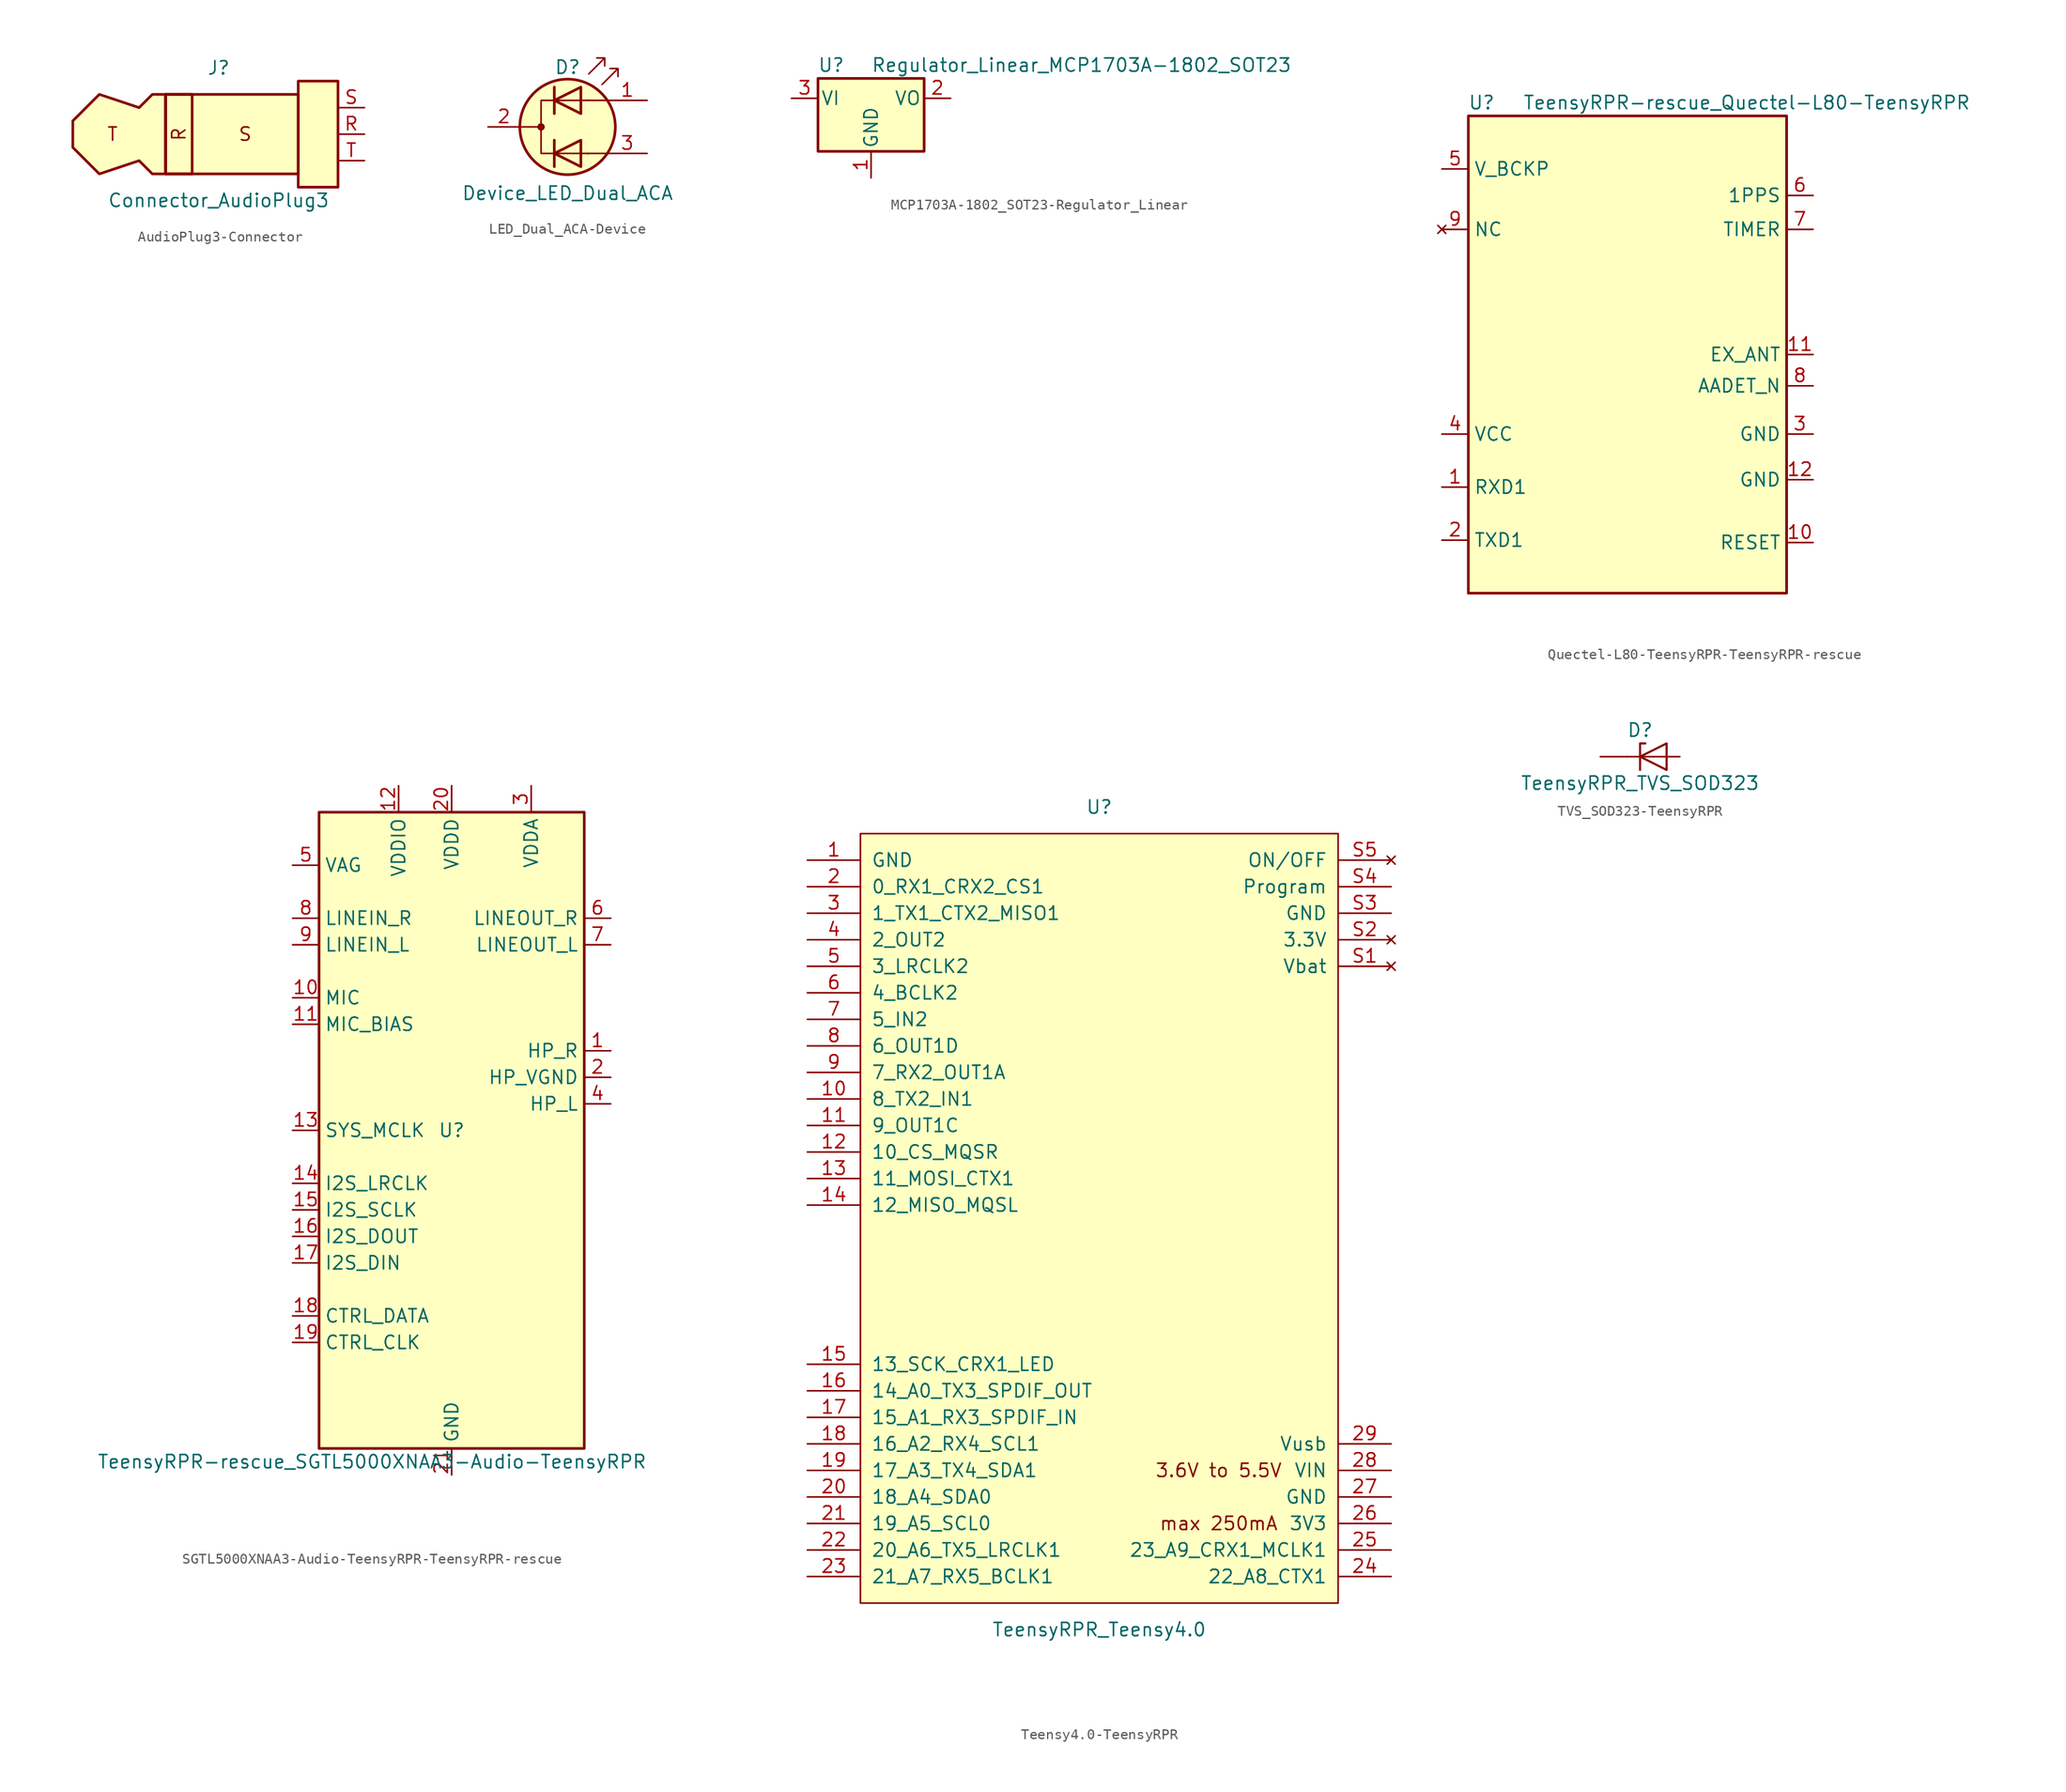
<source format=kicad_sym>
(kicad_symbol_lib
  (version 20220914)
  (generator kicad_symbol_editor)
  (symbol "AudioPlug3-Connector"
    (property "Reference" "J"
      (at 1.27 6.35 0)
      (effects (font (size 1.27 1.27))))
    (property "Value" "Connector_AudioPlug3"
      (at 1.27 -6.35 0)
      (effects (font (size 1.27 1.27))))
    (symbol "AudioPlug3-Connector_0_0"
      (text "R" (at -2.54 0 900) (effects (font (size 1.27 1.27)))))
    (symbol "AudioPlug3-Connector_0_1"
      (rectangle (start -3.81 3.81) (end -1.27 -3.81) (stroke (width 0.254) (type solid)) (fill (type none)))
      (rectangle (start -1.27 -1.27) (end -1.27 -1.27) (stroke (width 0) (type solid)) (fill (type none))))
    (symbol "AudioPlug3-Connector_1_0"
      (text "S" (at 3.81 0 0) (effects (font (size 1.27 1.27))))
      (text "T" (at -8.89 0 0) (effects (font (size 1.27 1.27)))))
    (symbol "AudioPlug3-Connector_1_1"
      (rectangle (start -3.81 3.81) (end 8.89 -3.81) (stroke (width 0.254) (type solid)) (fill (type background)))
      (polyline (pts (xy -3.81 3.81) (xy -5.08 3.81) (xy -6.35 2.54) (xy -10.16 3.81) (xy -12.7 1.27) (xy -12.7 -1.27) (xy -10.16 -3.81) (xy -6.35 -2.54) (xy -5.08 -3.81) (xy -3.81 -3.81) (xy -3.81 3.81)) (stroke (width 0.254) (type solid)) (fill (type background)))
      (rectangle (start 12.7 5.08) (end 8.89 -5.08) (stroke (width 0.254) (type solid)) (fill (type background)))
      (pin passive line (at 15.24 0 180) (length 2.54) (name "~" (effects (font (size 1.27 1.27)))) (number "R" (effects (font (size 1.27 1.27)))))
      (pin passive line (at 15.24 2.54 180) (length 2.54) (name "~" (effects (font (size 1.27 1.27)))) (number "S" (effects (font (size 1.27 1.27)))))
      (pin passive line (at 15.24 -2.54 180) (length 2.54) (name "~" (effects (font (size 1.27 1.27)))) (number "T" (effects (font (size 1.27 1.27)))))))
  (symbol "LED_Dual_ACA-Device"
    (pin_names
      (offset 0) hide)
    (property "Reference" "D"
      (at 0 5.715 0)
      (effects (font (size 1.27 1.27))))
    (property "Value" "Device_LED_Dual_ACA"
      (at 0 -6.35 0)
      (effects (font (size 1.27 1.27))))
    (symbol "LED_Dual_ACA-Device_0_1"
      (circle (center -2.54 0) (radius 0.279) (stroke (width 0) (type solid)) (fill (type outline)))
      (polyline (pts (xy -4.572 0) (xy -2.54 0)) (stroke (width 0) (type solid)) (fill (type none)))
      (polyline (pts (xy -1.27 -1.27) (xy -1.27 -3.81)) (stroke (width 0.254) (type solid)) (fill (type none)))
      (polyline (pts (xy -1.27 1.27) (xy -1.27 3.81)) (stroke (width 0.254) (type solid)) (fill (type none)))
      (polyline (pts (xy 3.81 -2.54) (xy 1.905 -2.54)) (stroke (width 0) (type solid)) (fill (type none)))
      (polyline (pts (xy 3.81 2.54) (xy 1.905 2.54)) (stroke (width 0) (type solid)) (fill (type none)))
      (polyline (pts (xy 1.27 -3.81) (xy 1.27 -1.27) (xy -1.27 -2.54) (xy 1.27 -3.81)) (stroke (width 0.254) (type solid)) (fill (type none)))
      (polyline (pts (xy 1.27 1.27) (xy 1.27 3.81) (xy -1.27 2.54) (xy 1.27 1.27)) (stroke (width 0.254) (type solid)) (fill (type none)))
      (polyline (pts (xy 2.032 2.54) (xy -2.54 2.54) (xy -2.54 -2.54) (xy 2.032 -2.54)) (stroke (width 0) (type solid)) (fill (type none)))
      (polyline (pts (xy 2.032 5.08) (xy 3.556 6.604) (xy 2.794 6.604) (xy 3.556 6.604) (xy 3.556 5.842)) (stroke (width 0) (type solid)) (fill (type none)))
      (polyline (pts (xy 3.302 4.064) (xy 4.826 5.588) (xy 4.064 5.588) (xy 4.826 5.588) (xy 4.826 4.826)) (stroke (width 0) (type solid)) (fill (type none)))
      (circle (center 0 0) (radius 4.572) (stroke (width 0.254) (type solid)) (fill (type background))))
    (symbol "LED_Dual_ACA-Device_1_1"
      (pin input line (at 7.62 2.54 180) (length 3.81) (name "A1" (effects (font (size 1.27 1.27)))) (number "1" (effects (font (size 1.27 1.27)))))
      (pin input line (at -7.62 0 0) (length 3.048) (name "K" (effects (font (size 1.27 1.27)))) (number "2" (effects (font (size 1.27 1.27)))))
      (pin input line (at 7.62 -2.54 180) (length 3.81) (name "A2" (effects (font (size 1.27 1.27)))) (number "3" (effects (font (size 1.27 1.27)))))))
  (symbol "MCP1703A-1802_SOT23-Regulator_Linear"
    (pin_names
      (offset 0.254))
    (property "Reference" "U"
      (at -3.81 3.175 0)
      (effects (font (size 1.27 1.27))))
    (property "Value" "Regulator_Linear_MCP1703A-1802_SOT23"
      (at 0 3.175 0)
      (effects (font (size 1.27 1.27)) (justify left)))
    (symbol "MCP1703A-1802_SOT23-Regulator_Linear_0_1"
      (rectangle (start -5.08 -5.08) (end 5.08 1.905) (stroke (width 0.254) (type solid)) (fill (type background))))
    (symbol "MCP1703A-1802_SOT23-Regulator_Linear_1_1"
      (pin power_in line (at 0 -7.62 90) (length 2.54) (name "GND" (effects (font (size 1.27 1.27)))) (number "1" (effects (font (size 1.27 1.27)))))
      (pin power_out line (at 7.62 0 180) (length 2.54) (name "VO" (effects (font (size 1.27 1.27)))) (number "2" (effects (font (size 1.27 1.27)))))
      (pin power_in line (at -7.62 0 0) (length 2.54) (name "VI" (effects (font (size 1.27 1.27)))) (number "3" (effects (font (size 1.27 1.27)))))))
  (symbol "Quectel-L80-TeensyRPR-TeensyRPR-rescue"
    (property "Reference" "U"
      (at -13.97 24.13 0)
      (effects (font (size 1.27 1.27))))
    (property "Value" "TeensyRPR-rescue_Quectel-L80-TeensyRPR"
      (at 11.43 24.13 0)
      (effects (font (size 1.27 1.27))))
    (symbol "Quectel-L80-TeensyRPR-TeensyRPR-rescue_0_0"
      (pin power_in line (at 17.78 -11.989 180) (length 2.54) (name "GND" (effects (font (size 1.27 1.27)))) (number "12" (effects (font (size 1.27 1.27))))))
    (symbol "Quectel-L80-TeensyRPR-TeensyRPR-rescue_0_1"
      (rectangle (start -15.24 22.86) (end 15.24 -22.86) (stroke (width 0.254) (type solid)) (fill (type background))))
    (symbol "Quectel-L80-TeensyRPR-TeensyRPR-rescue_1_1"
      (pin input line (at -17.78 -12.7 0) (length 2.54) (name "RXD1" (effects (font (size 1.27 1.27)))) (number "1" (effects (font (size 1.27 1.27)))))
      (pin input line (at 17.78 -18.009 180) (length 2.54) (name "RESET" (effects (font (size 1.27 1.27)))) (number "10" (effects (font (size 1.27 1.27)))))
      (pin input line (at 17.78 0 180) (length 2.54) (name "EX_ANT" (effects (font (size 1.27 1.27)))) (number "11" (effects (font (size 1.27 1.27)))))
      (pin output line (at -17.78 -17.78 0) (length 2.54) (name "TXD1" (effects (font (size 1.27 1.27)))) (number "2" (effects (font (size 1.27 1.27)))))
      (pin power_in line (at 17.78 -7.62 180) (length 2.54) (name "GND" (effects (font (size 1.27 1.27)))) (number "3" (effects (font (size 1.27 1.27)))))
      (pin power_in line (at -17.78 -7.62 0) (length 2.54) (name "VCC" (effects (font (size 1.27 1.27)))) (number "4" (effects (font (size 1.27 1.27)))))
      (pin power_in line (at -17.78 17.78 0) (length 2.54) (name "V_BCKP" (effects (font (size 1.27 1.27)))) (number "5" (effects (font (size 1.27 1.27)))))
      (pin output line (at 17.78 15.24 180) (length 2.54) (name "1PPS" (effects (font (size 1.27 1.27)))) (number "6" (effects (font (size 1.27 1.27)))))
      (pin input line (at 17.78 11.989 180) (length 2.54) (name "TIMER" (effects (font (size 1.27 1.27)))) (number "7" (effects (font (size 1.27 1.27)))))
      (pin output line (at 17.78 -2.997 180) (length 2.54) (name "AADET_N" (effects (font (size 1.27 1.27)))) (number "8" (effects (font (size 1.27 1.27)))))
      (pin no_connect line (at -17.78 11.989 0) (length 2.54) (name "NC" (effects (font (size 1.27 1.27)))) (number "9" (effects (font (size 1.27 1.27)))))))
  (symbol "SGTL5000XNAA3-Audio-TeensyRPR-TeensyRPR-rescue"
    (property "Reference" "U"
      (at 0 0 0)
      (effects (font (size 1.27 1.27))))
    (property "Value" "TeensyRPR-rescue_SGTL5000XNAA3-Audio-TeensyRPR"
      (at -7.62 -31.75 0)
      (effects (font (size 1.27 1.27))))
    (symbol "SGTL5000XNAA3-Audio-TeensyRPR-TeensyRPR-rescue_0_0"
      (pin power_in line (at 0 -33.02 90) (length 2.54) (name "GND" (effects (font (size 1.27 1.27)))) (number "21" (effects (font (size 1.27 1.27))))))
    (symbol "SGTL5000XNAA3-Audio-TeensyRPR-TeensyRPR-rescue_0_1"
      (rectangle (start -12.7 30.48) (end 12.7 -30.48) (stroke (width 0.254) (type solid)) (fill (type background))))
    (symbol "SGTL5000XNAA3-Audio-TeensyRPR-TeensyRPR-rescue_1_1"
      (pin output line (at 15.24 7.62 180) (length 2.54) (name "HP_R" (effects (font (size 1.27 1.27)))) (number "1" (effects (font (size 1.27 1.27)))))
      (pin input line (at -15.24 12.7 0) (length 2.54) (name "MIC" (effects (font (size 1.27 1.27)))) (number "10" (effects (font (size 1.27 1.27)))))
      (pin input line (at -15.24 10.16 0) (length 2.54) (name "MIC_BIAS" (effects (font (size 1.27 1.27)))) (number "11" (effects (font (size 1.27 1.27)))))
      (pin power_in line (at -5.08 33.02 270) (length 2.54) (name "VDDIO" (effects (font (size 1.27 1.27)))) (number "12" (effects (font (size 1.27 1.27)))))
      (pin input line (at -15.24 0 0) (length 2.54) (name "SYS_MCLK" (effects (font (size 1.27 1.27)))) (number "13" (effects (font (size 1.27 1.27)))))
      (pin input line (at -15.24 -5.08 0) (length 2.54) (name "I2S_LRCLK" (effects (font (size 1.27 1.27)))) (number "14" (effects (font (size 1.27 1.27)))))
      (pin input line (at -15.24 -7.62 0) (length 2.54) (name "I2S_SCLK" (effects (font (size 1.27 1.27)))) (number "15" (effects (font (size 1.27 1.27)))))
      (pin output line (at -15.24 -10.16 0) (length 2.54) (name "I2S_DOUT" (effects (font (size 1.27 1.27)))) (number "16" (effects (font (size 1.27 1.27)))))
      (pin input line (at -15.24 -12.7 0) (length 2.54) (name "I2S_DIN" (effects (font (size 1.27 1.27)))) (number "17" (effects (font (size 1.27 1.27)))))
      (pin input line (at -15.24 -17.78 0) (length 2.54) (name "CTRL_DATA" (effects (font (size 1.27 1.27)))) (number "18" (effects (font (size 1.27 1.27)))))
      (pin input line (at -15.24 -20.32 0) (length 2.54) (name "CTRL_CLK" (effects (font (size 1.27 1.27)))) (number "19" (effects (font (size 1.27 1.27)))))
      (pin power_out line (at 15.24 5.08 180) (length 2.54) (name "HP_VGND" (effects (font (size 1.27 1.27)))) (number "2" (effects (font (size 1.27 1.27)))))
      (pin power_in line (at 0 33.02 270) (length 2.54) (name "VDDD" (effects (font (size 1.27 1.27)))) (number "20" (effects (font (size 1.27 1.27)))))
      (pin power_in line (at 7.62 33.02 270) (length 2.54) (name "VDDA" (effects (font (size 1.27 1.27)))) (number "3" (effects (font (size 1.27 1.27)))))
      (pin output line (at 15.24 2.54 180) (length 2.54) (name "HP_L" (effects (font (size 1.27 1.27)))) (number "4" (effects (font (size 1.27 1.27)))))
      (pin passive line (at -15.24 25.4 0) (length 2.54) (name "VAG" (effects (font (size 1.27 1.27)))) (number "5" (effects (font (size 1.27 1.27)))))
      (pin output line (at 15.24 20.32 180) (length 2.54) (name "LINEOUT_R" (effects (font (size 1.27 1.27)))) (number "6" (effects (font (size 1.27 1.27)))))
      (pin output line (at 15.24 17.78 180) (length 2.54) (name "LINEOUT_L" (effects (font (size 1.27 1.27)))) (number "7" (effects (font (size 1.27 1.27)))))
      (pin input line (at -15.24 20.32 0) (length 2.54) (name "LINEIN_R" (effects (font (size 1.27 1.27)))) (number "8" (effects (font (size 1.27 1.27)))))
      (pin input line (at -15.24 17.78 0) (length 2.54) (name "LINEIN_L" (effects (font (size 1.27 1.27)))) (number "9" (effects (font (size 1.27 1.27)))))))
  (symbol "Teensy4.0-TeensyRPR"
    (pin_names
      (offset 1.016))
    (property "Reference" "U"
      (at 0 39.37 0)
      (effects (font (size 1.27 1.27))))
    (property "Value" "TeensyRPR_Teensy4.0"
      (at 0 -39.37 0)
      (effects (font (size 1.27 1.27))))
    (symbol "Teensy4.0-TeensyRPR_0_0"
      (text "3.6V to 5.5V" (at 11.43 -24.13 0) (effects (font (size 1.27 1.27))))
      (text "max 250mA" (at 11.43 -29.21 0) (effects (font (size 1.27 1.27))))
      (pin bidirectional line (at -27.94 11.43 0) (length 5.08) (name "8_TX2_IN1" (effects (font (size 1.27 1.27)))) (number "10" (effects (font (size 1.27 1.27)))))
      (pin bidirectional line (at -27.94 8.89 0) (length 5.08) (name "9_OUT1C" (effects (font (size 1.27 1.27)))) (number "11" (effects (font (size 1.27 1.27)))))
      (pin bidirectional line (at -27.94 6.35 0) (length 5.08) (name "10_CS_MQSR" (effects (font (size 1.27 1.27)))) (number "12" (effects (font (size 1.27 1.27)))))
      (pin bidirectional line (at -27.94 3.81 0) (length 5.08) (name "11_MOSI_CTX1" (effects (font (size 1.27 1.27)))) (number "13" (effects (font (size 1.27 1.27)))))
      (pin bidirectional line (at -27.94 1.27 0) (length 5.08) (name "12_MISO_MQSL" (effects (font (size 1.27 1.27)))) (number "14" (effects (font (size 1.27 1.27)))))
      (pin bidirectional line (at -27.94 -13.97 0) (length 5.08) (name "13_SCK_CRX1_LED" (effects (font (size 1.27 1.27)))) (number "15" (effects (font (size 1.27 1.27)))))
      (pin bidirectional line (at -27.94 -16.51 0) (length 5.08) (name "14_A0_TX3_SPDIF_OUT" (effects (font (size 1.27 1.27)))) (number "16" (effects (font (size 1.27 1.27)))))
      (pin bidirectional line (at -27.94 -19.05 0) (length 5.08) (name "15_A1_RX3_SPDIF_IN" (effects (font (size 1.27 1.27)))) (number "17" (effects (font (size 1.27 1.27)))))
      (pin bidirectional line (at -27.94 -21.59 0) (length 5.08) (name "16_A2_RX4_SCL1" (effects (font (size 1.27 1.27)))) (number "18" (effects (font (size 1.27 1.27)))))
      (pin bidirectional line (at -27.94 -24.13 0) (length 5.08) (name "17_A3_TX4_SDA1" (effects (font (size 1.27 1.27)))) (number "19" (effects (font (size 1.27 1.27)))))
      (pin bidirectional line (at -27.94 -26.67 0) (length 5.08) (name "18_A4_SDA0" (effects (font (size 1.27 1.27)))) (number "20" (effects (font (size 1.27 1.27)))))
      (pin bidirectional line (at -27.94 -29.21 0) (length 5.08) (name "19_A5_SCL0" (effects (font (size 1.27 1.27)))) (number "21" (effects (font (size 1.27 1.27)))))
      (pin bidirectional line (at -27.94 -31.75 0) (length 5.08) (name "20_A6_TX5_LRCLK1" (effects (font (size 1.27 1.27)))) (number "22" (effects (font (size 1.27 1.27)))))
      (pin bidirectional line (at -27.94 -34.29 0) (length 5.08) (name "21_A7_RX5_BCLK1" (effects (font (size 1.27 1.27)))) (number "23" (effects (font (size 1.27 1.27)))))
      (pin bidirectional line (at 27.94 -34.29 180) (length 5.08) (name "22_A8_CTX1" (effects (font (size 1.27 1.27)))) (number "24" (effects (font (size 1.27 1.27)))))
      (pin bidirectional line (at 27.94 -31.75 180) (length 5.08) (name "23_A9_CRX1_MCLK1" (effects (font (size 1.27 1.27)))) (number "25" (effects (font (size 1.27 1.27)))))
      (pin power_out line (at 27.94 -29.21 180) (length 5.08) (name "3V3" (effects (font (size 1.27 1.27)))) (number "26" (effects (font (size 1.27 1.27)))))
      (pin power_in line (at 27.94 -26.67 180) (length 5.08) (name "GND" (effects (font (size 1.27 1.27)))) (number "27" (effects (font (size 1.27 1.27)))))
      (pin power_in line (at 27.94 -24.13 180) (length 5.08) (name "VIN" (effects (font (size 1.27 1.27)))) (number "28" (effects (font (size 1.27 1.27)))))
      (pin bidirectional line (at -27.94 24.13 0) (length 5.08) (name "3_LRCLK2" (effects (font (size 1.27 1.27)))) (number "5" (effects (font (size 1.27 1.27)))))
      (pin bidirectional line (at -27.94 21.59 0) (length 5.08) (name "4_BCLK2" (effects (font (size 1.27 1.27)))) (number "6" (effects (font (size 1.27 1.27)))))
      (pin bidirectional line (at -27.94 19.05 0) (length 5.08) (name "5_IN2" (effects (font (size 1.27 1.27)))) (number "7" (effects (font (size 1.27 1.27)))))
      (pin bidirectional line (at -27.94 16.51 0) (length 5.08) (name "6_OUT1D" (effects (font (size 1.27 1.27)))) (number "8" (effects (font (size 1.27 1.27)))))
      (pin bidirectional line (at -27.94 13.97 0) (length 5.08) (name "7_RX2_OUT1A" (effects (font (size 1.27 1.27)))) (number "9" (effects (font (size 1.27 1.27)))))
      (pin no_connect line (at 27.94 24.13 180) (length 5.08) (name "Vbat" (effects (font (size 1.27 1.27)))) (number "S1" (effects (font (size 1.27 1.27)))))
      (pin no_connect line (at 27.94 26.67 180) (length 5.08) (name "3.3V" (effects (font (size 1.27 1.27)))) (number "S2" (effects (font (size 1.27 1.27)))))
      (pin power_in line (at 27.94 29.21 180) (length 5.08) (name "GND" (effects (font (size 1.27 1.27)))) (number "S3" (effects (font (size 1.27 1.27)))))
      (pin power_in line (at 27.94 31.75 180) (length 5.08) (name "Program" (effects (font (size 1.27 1.27)))) (number "S4" (effects (font (size 1.27 1.27)))))
      (pin no_connect line (at 27.94 34.29 180) (length 5.08) (name "ON/OFF" (effects (font (size 1.27 1.27)))) (number "S5" (effects (font (size 1.27 1.27))))))
    (symbol "Teensy4.0-TeensyRPR_0_1"
      (rectangle (start -20.32 -31.75) (end -20.32 -31.75) (stroke (width 0) (type solid)) (fill (type none))))
    (symbol "Teensy4.0-TeensyRPR_1_1"
      (rectangle (start -22.86 36.83) (end 22.86 -36.83) (stroke (width 0) (type solid)) (fill (type background)))
      (pin power_in line (at -27.94 34.29 0) (length 5.08) (name "GND" (effects (font (size 1.27 1.27)))) (number "1" (effects (font (size 1.27 1.27)))))
      (pin bidirectional line (at -27.94 31.75 0) (length 5.08) (name "0_RX1_CRX2_CS1" (effects (font (size 1.27 1.27)))) (number "2" (effects (font (size 1.27 1.27)))))
      (pin power_out line (at 27.94 -21.59 180) (length 5.08) (name "Vusb" (effects (font (size 1.27 1.27)))) (number "29" (effects (font (size 1.27 1.27)))))
      (pin bidirectional line (at -27.94 29.21 0) (length 5.08) (name "1_TX1_CTX2_MISO1" (effects (font (size 1.27 1.27)))) (number "3" (effects (font (size 1.27 1.27)))))
      (pin bidirectional line (at -27.94 26.67 0) (length 5.08) (name "2_OUT2" (effects (font (size 1.27 1.27)))) (number "4" (effects (font (size 1.27 1.27)))))))
  (symbol "TVS_SOD323-TeensyRPR"
    (pin_numbers hide)
    (pin_names
      (offset 1.016) hide)
    (property "Reference" "D"
      (at 0 2.54 0)
      (effects (font (size 1.27 1.27))))
    (property "Value" "TeensyRPR_TVS_SOD323"
      (at 0 -2.54 0)
      (effects (font (size 1.27 1.27))))
    (symbol "TVS_SOD323-TeensyRPR_0_1"
      (polyline (pts (xy 1.27 0) (xy -1.27 0)) (stroke (width 0) (type solid)) (fill (type none)))
      (polyline (pts (xy 0.508 1.27) (xy 0 1.27) (xy 0 -1.27)) (stroke (width 0.203) (type solid)) (fill (type none)))
      (polyline (pts (xy 2.54 1.27) (xy 2.54 -1.27) (xy 0 0) (xy 2.54 1.27)) (stroke (width 0.203) (type solid)) (fill (type none))))
    (symbol "TVS_SOD323-TeensyRPR_1_1"
      (pin passive line (at -3.81 0 0) (length 2.54) (name "A1" (effects (font (size 1.27 1.27)))) (number "1" (effects (font (size 1.27 1.27)))))
      (pin passive line (at 3.81 0 180) (length 2.54) (name "A2" (effects (font (size 1.27 1.27)))) (number "2" (effects (font (size 1.27 1.27))))))))
</source>
